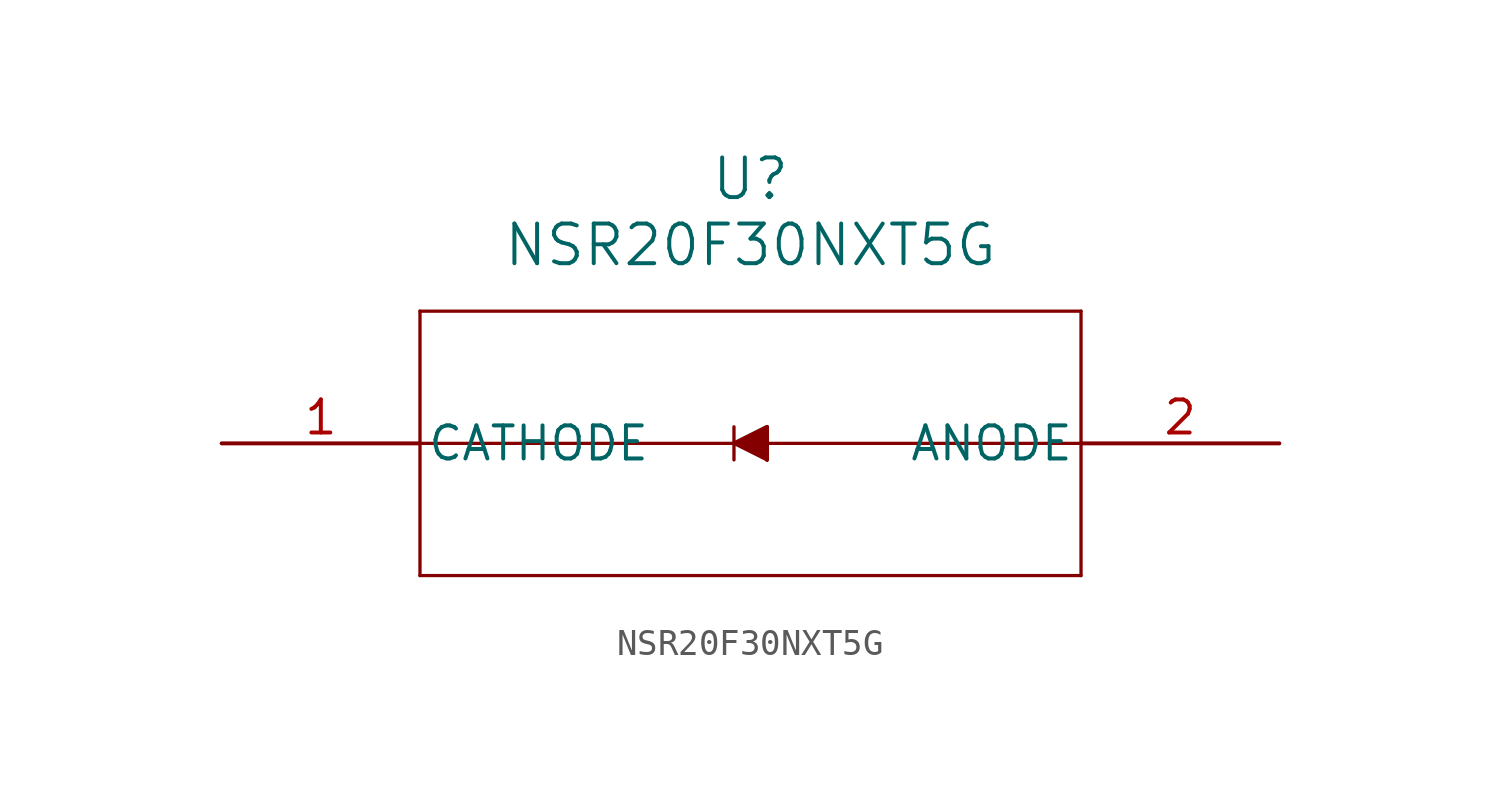
<source format=kicad_sym>
(kicad_symbol_lib
  (version 20211014)
  (generator kicad_symbol_editor)
  (symbol "NSR20F30NXT5G"
    (pin_names
      (offset 0.254))
    (property "Reference" "U"
      (at 20.32 10.16 0)
      (effects (font (size 1.524 1.524))))
    (property "Value" "NSR20F30NXT5G"
      (at 20.32 7.62 0)
      (effects (font (size 1.524 1.524))))
    (symbol "NSR20F30NXT5G_0_1"
      (polyline (pts (xy 7.62 5.08) (xy 7.62 -5.08)) (stroke (width 0.127) (type default) (color 0 0 0 0)) (fill (type none)))
      (polyline (pts (xy 7.62 -5.08) (xy 33.02 -5.08)) (stroke (width 0.127) (type default) (color 0 0 0 0)) (fill (type none)))
      (polyline (pts (xy 33.02 -5.08) (xy 33.02 5.08)) (stroke (width 0.127) (type default) (color 0 0 0 0)) (fill (type none)))
      (polyline (pts (xy 33.02 5.08) (xy 7.62 5.08)) (stroke (width 0.127) (type default) (color 0 0 0 0)) (fill (type none)))
      (polyline (pts (xy 7.62 0) (xy 33.02 0)) (stroke (width 0.127) (type default) (color 0 0 0 0)) (fill (type none)))
      (polyline (pts (xy 19.685 0) (xy 20.955 0.635)) (stroke (width 0.127) (type default) (color 0 0 0 0)) (fill (type none)))
      (polyline (pts (xy 20.955 -0.635) (xy 20.955 0.635)) (stroke (width 0.127) (type default) (color 0 0 0 0)) (fill (type none)))
      (polyline (pts (xy 20.955 -0.635) (xy 19.685 0)) (stroke (width 0.127) (type default) (color 0 0 0 0)) (fill (type none)))
      (polyline (pts (xy 19.685 0.635) (xy 19.685 -0.635)) (stroke (width 0.127) (type default) (color 0 0 0 0)) (fill (type none)))
      (polyline (pts (xy 19.685 0) (xy 20.955 0.635) (xy 20.955 -0.635)) (stroke (width 0) (type default) (color 0 0 0 0)) (fill (type outline)))
      (pin unspecified line (at 0 0 0) (length 7.62) (name "CATHODE" (effects (font (size 1.27 1.27)))) (number "1" (effects (font (size 1.27 1.27)))))
      (pin unspecified line (at 40.64 0 180) (length 7.62) (name "ANODE" (effects (font (size 1.27 1.27)))) (number "2" (effects (font (size 1.27 1.27))))))))
</source>
